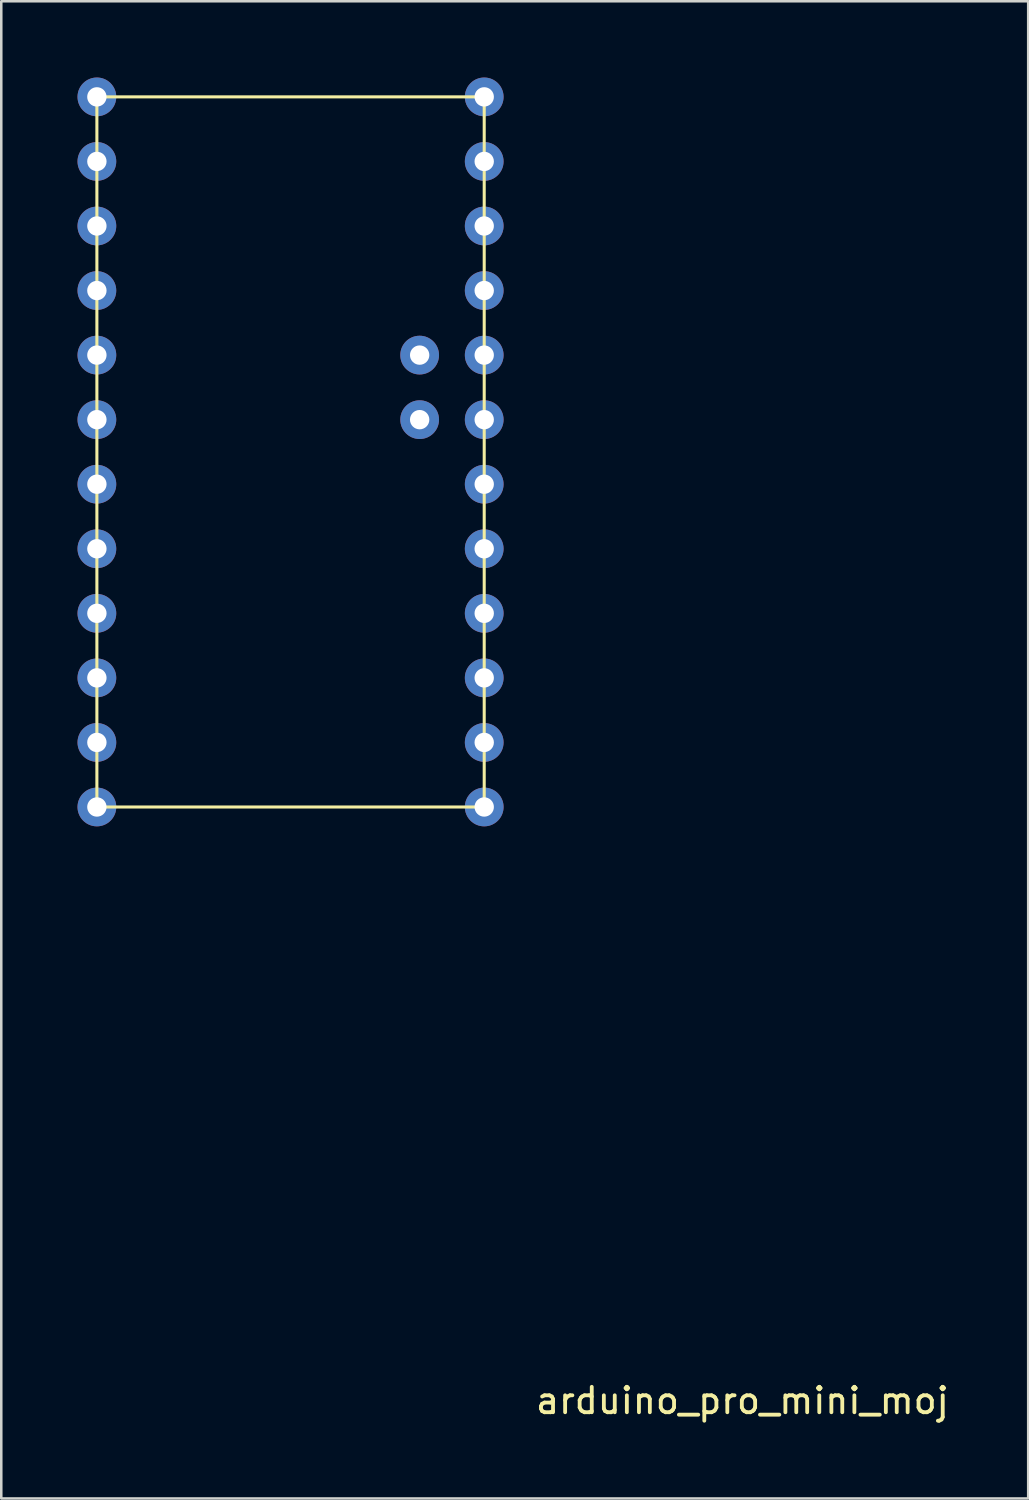
<source format=kicad_pcb>
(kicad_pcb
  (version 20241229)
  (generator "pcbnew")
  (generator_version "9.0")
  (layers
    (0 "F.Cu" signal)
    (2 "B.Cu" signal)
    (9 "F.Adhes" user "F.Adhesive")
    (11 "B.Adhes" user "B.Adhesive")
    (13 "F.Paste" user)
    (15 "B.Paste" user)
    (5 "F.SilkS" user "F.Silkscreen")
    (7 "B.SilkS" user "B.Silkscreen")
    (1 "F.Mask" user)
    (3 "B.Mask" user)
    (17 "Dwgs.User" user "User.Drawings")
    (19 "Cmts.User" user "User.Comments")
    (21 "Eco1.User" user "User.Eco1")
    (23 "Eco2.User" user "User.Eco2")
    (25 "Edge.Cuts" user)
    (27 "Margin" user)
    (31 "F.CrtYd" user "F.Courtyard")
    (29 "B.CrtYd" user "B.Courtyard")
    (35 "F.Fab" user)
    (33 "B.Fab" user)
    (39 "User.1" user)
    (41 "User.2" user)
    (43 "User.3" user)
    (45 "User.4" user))
  (footprint "arduino_pro_mini_moj"
    (layer "F.Cu")
    (at 26.162 51.562)
    (property "Reference" "arduino_pro_mini_moj" (at 0 0.5 0) (layer "F.SilkS") (effects (font (size 1 1) (thickness 0.15))))
    (attr through_hole)
    (fp_line (start -25.4 -50.8) (end -10.16 -50.8) (stroke (width 0.12) (type solid)) (layer "F.SilkS"))
    (fp_line (start -25.4 -22.86) (end -25.4 -50.8) (stroke (width 0.12) (type solid)) (layer "F.SilkS"))
    (fp_line (start -10.16 -50.8) (end -10.16 -22.86) (stroke (width 0.12) (type solid)) (layer "F.SilkS"))
    (fp_line (start -10.16 -22.86) (end -25.4 -22.86) (stroke (width 0.12) (type solid)) (layer "F.SilkS"))
    (pad "1" thru_hole circle (at -25.4 -50.8) (size 1.524 1.524) (drill 0.762) (layers "*.Cu" "*.Mask"))
    (pad "2" thru_hole circle (at -25.4 -48.26) (size 1.524 1.524) (drill 0.762) (layers "*.Cu" "*.Mask"))
    (pad "3" thru_hole circle (at -25.4 -45.72) (size 1.524 1.524) (drill 0.762) (layers "*.Cu" "*.Mask"))
    (pad "4" thru_hole circle (at -25.4 -43.18) (size 1.524 1.524) (drill 0.762) (layers "*.Cu" "*.Mask"))
    (pad "5" thru_hole circle (at -25.4 -40.64) (size 1.524 1.524) (drill 0.762) (layers "*.Cu" "*.Mask"))
    (pad "6" thru_hole circle (at -25.4 -38.1) (size 1.524 1.524) (drill 0.762) (layers "*.Cu" "*.Mask"))
    (pad "7" thru_hole circle (at -25.4 -35.56) (size 1.524 1.524) (drill 0.762) (layers "*.Cu" "*.Mask"))
    (pad "8" thru_hole circle (at -25.4 -33.02) (size 1.524 1.524) (drill 0.762) (layers "*.Cu" "*.Mask"))
    (pad "9" thru_hole circle (at -25.4 -30.48) (size 1.524 1.524) (drill 0.762) (layers "*.Cu" "*.Mask"))
    (pad "10" thru_hole circle (at -25.4 -27.94) (size 1.524 1.524) (drill 0.762) (layers "*.Cu" "*.Mask"))
    (pad "11" thru_hole circle (at -25.4 -25.4) (size 1.524 1.524) (drill 0.762) (layers "*.Cu" "*.Mask"))
    (pad "12" thru_hole circle (at -25.4 -22.86) (size 1.524 1.524) (drill 0.762) (layers "*.Cu" "*.Mask"))
    (pad "13" thru_hole circle (at -10.16 -22.86) (size 1.524 1.524) (drill 0.762) (layers "*.Cu" "*.Mask"))
    (pad "14" thru_hole circle (at -10.16 -25.4) (size 1.524 1.524) (drill 0.762) (layers "*.Cu" "*.Mask"))
    (pad "15" thru_hole circle (at -10.16 -27.94) (size 1.524 1.524) (drill 0.762) (layers "*.Cu" "*.Mask"))
    (pad "16" thru_hole circle (at -10.16 -30.48) (size 1.524 1.524) (drill 0.762) (layers "*.Cu" "*.Mask"))
    (pad "17" thru_hole circle (at -10.16 -33.02) (size 1.524 1.524) (drill 0.762) (layers "*.Cu" "*.Mask"))
    (pad "18" thru_hole circle (at -10.16 -35.56) (size 1.524 1.524) (drill 0.762) (layers "*.Cu" "*.Mask"))
    (pad "19" thru_hole circle (at -10.16 -38.1) (size 1.524 1.524) (drill 0.762) (layers "*.Cu" "*.Mask"))
    (pad "20" thru_hole circle (at -10.16 -40.64) (size 1.524 1.524) (drill 0.762) (layers "*.Cu" "*.Mask"))
    (pad "21" thru_hole circle (at -10.16 -43.18) (size 1.524 1.524) (drill 0.762) (layers "*.Cu" "*.Mask"))
    (pad "22" thru_hole circle (at -10.16 -45.72) (size 1.524 1.524) (drill 0.762) (layers "*.Cu" "*.Mask"))
    (pad "23" thru_hole circle (at -10.16 -48.26) (size 1.524 1.524) (drill 0.762) (layers "*.Cu" "*.Mask"))
    (pad "24" thru_hole circle (at -10.16 -50.8) (size 1.524 1.524) (drill 0.762) (layers "*.Cu" "*.Mask"))
    (pad "25" thru_hole circle (at -12.7 -38.1) (size 1.524 1.524) (drill 0.762) (layers "*.Cu" "*.Mask"))
    (pad "26" thru_hole circle (at -12.7 -40.64) (size 1.524 1.524) (drill 0.762) (layers "*.Cu" "*.Mask")))
  (gr_rect
    (start -3 -3)
    (end 37.406 55.91)
    (stroke (width 0.1) (type default))
    (fill no)
    (layer "Edge.Cuts")))
</source>
